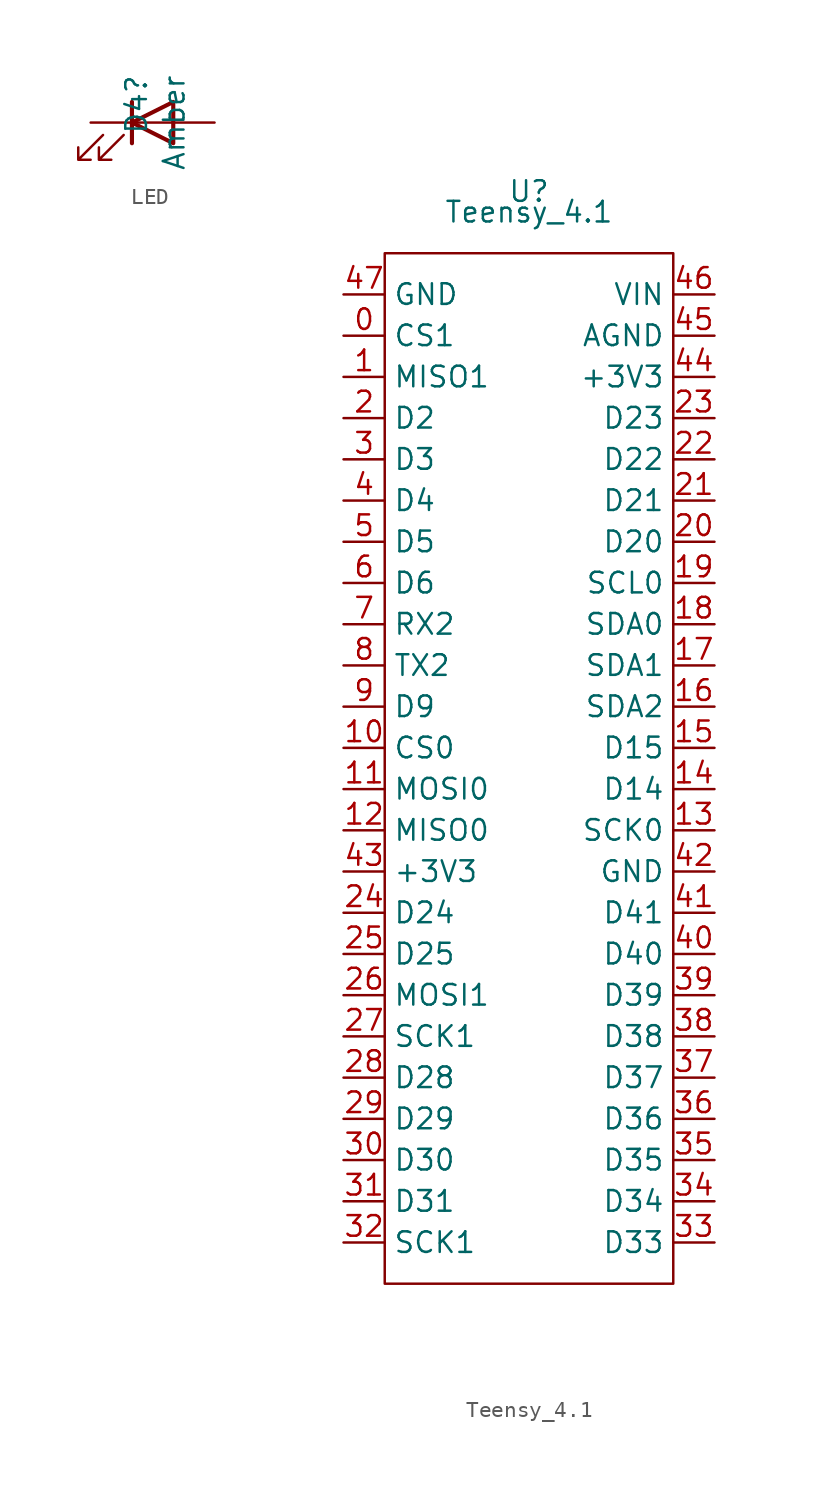
<source format=kicad_sym>
(kicad_symbol_lib
  (version 20211014)
  (generator kicad_symbol_editor)
  (symbol "LED"
    (pin_numbers hide)
    (pin_names
      (offset 1.016) hide)
    (property "Reference" "D4"
      (at -0.991 2.997 90)
      (effects (font (size 1.27 1.27)) (justify right)))
    (property "Value" "Amber"
      (at 1.321 2.997 90)
      (effects (font (size 1.27 1.27)) (justify right)))
    (symbol "LED_0_1"
      (polyline (pts (xy -1.27 -1.27) (xy -1.27 1.27)) (stroke (width 0.254) (type default) (color 0 0 0 0)) (fill (type none)))
      (polyline (pts (xy -1.27 0) (xy 1.27 0)) (stroke (width 0) (type default) (color 0 0 0 0)) (fill (type none)))
      (polyline (pts (xy 1.27 -1.27) (xy 1.27 1.27) (xy -1.27 0) (xy 1.27 -1.27)) (stroke (width 0.254) (type default) (color 0 0 0 0)) (fill (type none)))
      (polyline (pts (xy -3.048 -0.762) (xy -4.572 -2.286) (xy -3.81 -2.286) (xy -4.572 -2.286) (xy -4.572 -1.524)) (stroke (width 0) (type default) (color 0 0 0 0)) (fill (type none)))
      (polyline (pts (xy -1.778 -0.762) (xy -3.302 -2.286) (xy -2.54 -2.286) (xy -3.302 -2.286) (xy -3.302 -1.524)) (stroke (width 0) (type default) (color 0 0 0 0)) (fill (type none))))
    (symbol "LED_1_1"
      (pin passive line (at 3.81 0 180) (length 2.54) (name "A" (effects (font (size 1.27 1.27)))) (number "1" (effects (font (size 1.27 1.27)))))
      (pin passive line (at -3.81 0 0) (length 2.54) (name "K" (effects (font (size 1.27 1.27)))) (number "6" (effects (font (size 1.27 1.27)))))))
  (symbol "Teensy_4.1"
    (property "Reference" "U"
      (at 0 0 0)
      (effects (font (size 1.27 1.27))))
    (property "Value" "Teensy_4.1"
      (at 0 -1.27 0)
      (effects (font (size 1.27 1.27))))
    (symbol "Teensy_4.1_0_1"
      (rectangle (start -8.89 -3.81) (end 8.89 -67.31) (stroke (width 0) (type default) (color 0 0 0 0)) (fill (type none))))
    (symbol "Teensy_4.1_1_1"
      (pin bidirectional line (at -11.43 -8.89 0) (length 2.54) (name "CS1" (effects (font (size 1.27 1.27)))) (number "0" (effects (font (size 1.27 1.27)))))
      (pin bidirectional line (at -11.43 -11.43 0) (length 2.54) (name "MISO1" (effects (font (size 1.27 1.27)))) (number "1" (effects (font (size 1.27 1.27)))))
      (pin bidirectional line (at -11.43 -34.29 0) (length 2.54) (name "CS0" (effects (font (size 1.27 1.27)))) (number "10" (effects (font (size 1.27 1.27)))))
      (pin bidirectional line (at -11.43 -36.83 0) (length 2.54) (name "MOSI0" (effects (font (size 1.27 1.27)))) (number "11" (effects (font (size 1.27 1.27)))))
      (pin bidirectional line (at -11.43 -39.37 0) (length 2.54) (name "MISO0" (effects (font (size 1.27 1.27)))) (number "12" (effects (font (size 1.27 1.27)))))
      (pin bidirectional line (at 11.43 -39.37 180) (length 2.54) (name "SCK0" (effects (font (size 1.27 1.27)))) (number "13" (effects (font (size 1.27 1.27)))))
      (pin bidirectional line (at 11.43 -36.83 180) (length 2.54) (name "D14" (effects (font (size 1.27 1.27)))) (number "14" (effects (font (size 1.27 1.27)))))
      (pin bidirectional line (at 11.43 -34.29 180) (length 2.54) (name "D15" (effects (font (size 1.27 1.27)))) (number "15" (effects (font (size 1.27 1.27)))))
      (pin bidirectional line (at 11.43 -31.75 180) (length 2.54) (name "SDA2" (effects (font (size 1.27 1.27)))) (number "16" (effects (font (size 1.27 1.27)))))
      (pin bidirectional line (at 11.43 -29.21 180) (length 2.54) (name "SDA1" (effects (font (size 1.27 1.27)))) (number "17" (effects (font (size 1.27 1.27)))))
      (pin bidirectional line (at 11.43 -26.67 180) (length 2.54) (name "SDA0" (effects (font (size 1.27 1.27)))) (number "18" (effects (font (size 1.27 1.27)))))
      (pin bidirectional line (at 11.43 -24.13 180) (length 2.54) (name "SCL0" (effects (font (size 1.27 1.27)))) (number "19" (effects (font (size 1.27 1.27)))))
      (pin bidirectional line (at -11.43 -13.97 0) (length 2.54) (name "D2" (effects (font (size 1.27 1.27)))) (number "2" (effects (font (size 1.27 1.27)))))
      (pin bidirectional line (at 11.43 -21.59 180) (length 2.54) (name "D20" (effects (font (size 1.27 1.27)))) (number "20" (effects (font (size 1.27 1.27)))))
      (pin bidirectional line (at 11.43 -19.05 180) (length 2.54) (name "D21" (effects (font (size 1.27 1.27)))) (number "21" (effects (font (size 1.27 1.27)))))
      (pin bidirectional line (at 11.43 -16.51 180) (length 2.54) (name "D22" (effects (font (size 1.27 1.27)))) (number "22" (effects (font (size 1.27 1.27)))))
      (pin bidirectional line (at 11.43 -13.97 180) (length 2.54) (name "D23" (effects (font (size 1.27 1.27)))) (number "23" (effects (font (size 1.27 1.27)))))
      (pin bidirectional line (at -11.43 -44.45 0) (length 2.54) (name "D24" (effects (font (size 1.27 1.27)))) (number "24" (effects (font (size 1.27 1.27)))))
      (pin bidirectional line (at -11.43 -46.99 0) (length 2.54) (name "D25" (effects (font (size 1.27 1.27)))) (number "25" (effects (font (size 1.27 1.27)))))
      (pin bidirectional line (at -11.43 -49.53 0) (length 2.54) (name "MOSI1" (effects (font (size 1.27 1.27)))) (number "26" (effects (font (size 1.27 1.27)))))
      (pin bidirectional line (at -11.43 -52.07 0) (length 2.54) (name "SCK1" (effects (font (size 1.27 1.27)))) (number "27" (effects (font (size 1.27 1.27)))))
      (pin bidirectional line (at -11.43 -54.61 0) (length 2.54) (name "D28" (effects (font (size 1.27 1.27)))) (number "28" (effects (font (size 1.27 1.27)))))
      (pin bidirectional line (at -11.43 -57.15 0) (length 2.54) (name "D29" (effects (font (size 1.27 1.27)))) (number "29" (effects (font (size 1.27 1.27)))))
      (pin bidirectional line (at -11.43 -16.51 0) (length 2.54) (name "D3" (effects (font (size 1.27 1.27)))) (number "3" (effects (font (size 1.27 1.27)))))
      (pin bidirectional line (at -11.43 -59.69 0) (length 2.54) (name "D30" (effects (font (size 1.27 1.27)))) (number "30" (effects (font (size 1.27 1.27)))))
      (pin bidirectional line (at -11.43 -62.23 0) (length 2.54) (name "D31" (effects (font (size 1.27 1.27)))) (number "31" (effects (font (size 1.27 1.27)))))
      (pin bidirectional line (at -11.43 -64.77 0) (length 2.54) (name "SCK1" (effects (font (size 1.27 1.27)))) (number "32" (effects (font (size 1.27 1.27)))))
      (pin bidirectional line (at 11.43 -64.77 180) (length 2.54) (name "D33" (effects (font (size 1.27 1.27)))) (number "33" (effects (font (size 1.27 1.27)))))
      (pin bidirectional line (at 11.43 -62.23 180) (length 2.54) (name "D34" (effects (font (size 1.27 1.27)))) (number "34" (effects (font (size 1.27 1.27)))))
      (pin bidirectional line (at 11.43 -59.69 180) (length 2.54) (name "D35" (effects (font (size 1.27 1.27)))) (number "35" (effects (font (size 1.27 1.27)))))
      (pin bidirectional line (at 11.43 -57.15 180) (length 2.54) (name "D36" (effects (font (size 1.27 1.27)))) (number "36" (effects (font (size 1.27 1.27)))))
      (pin bidirectional line (at 11.43 -54.61 180) (length 2.54) (name "D37" (effects (font (size 1.27 1.27)))) (number "37" (effects (font (size 1.27 1.27)))))
      (pin bidirectional line (at 11.43 -52.07 180) (length 2.54) (name "D38" (effects (font (size 1.27 1.27)))) (number "38" (effects (font (size 1.27 1.27)))))
      (pin bidirectional line (at 11.43 -49.53 180) (length 2.54) (name "D39" (effects (font (size 1.27 1.27)))) (number "39" (effects (font (size 1.27 1.27)))))
      (pin bidirectional line (at -11.43 -19.05 0) (length 2.54) (name "D4" (effects (font (size 1.27 1.27)))) (number "4" (effects (font (size 1.27 1.27)))))
      (pin bidirectional line (at 11.43 -46.99 180) (length 2.54) (name "D40" (effects (font (size 1.27 1.27)))) (number "40" (effects (font (size 1.27 1.27)))))
      (pin bidirectional line (at 11.43 -44.45 180) (length 2.54) (name "D41" (effects (font (size 1.27 1.27)))) (number "41" (effects (font (size 1.27 1.27)))))
      (pin passive line (at 11.43 -41.91 180) (length 2.54) (name "GND" (effects (font (size 1.27 1.27)))) (number "42" (effects (font (size 1.27 1.27)))))
      (pin passive line (at -11.43 -41.91 0) (length 2.54) (name "+3V3" (effects (font (size 1.27 1.27)))) (number "43" (effects (font (size 1.27 1.27)))))
      (pin passive line (at 11.43 -11.43 180) (length 2.54) (name "+3V3" (effects (font (size 1.27 1.27)))) (number "44" (effects (font (size 1.27 1.27)))))
      (pin passive line (at 11.43 -8.89 180) (length 2.54) (name "AGND" (effects (font (size 1.27 1.27)))) (number "45" (effects (font (size 1.27 1.27)))))
      (pin passive line (at 11.43 -6.35 180) (length 2.54) (name "VIN" (effects (font (size 1.27 1.27)))) (number "46" (effects (font (size 1.27 1.27)))))
      (pin passive line (at -11.43 -6.35 0) (length 2.54) (name "GND" (effects (font (size 1.27 1.27)))) (number "47" (effects (font (size 1.27 1.27)))))
      (pin bidirectional line (at -11.43 -21.59 0) (length 2.54) (name "D5" (effects (font (size 1.27 1.27)))) (number "5" (effects (font (size 1.27 1.27)))))
      (pin bidirectional line (at -11.43 -24.13 0) (length 2.54) (name "D6" (effects (font (size 1.27 1.27)))) (number "6" (effects (font (size 1.27 1.27)))))
      (pin bidirectional line (at -11.43 -26.67 0) (length 2.54) (name "RX2" (effects (font (size 1.27 1.27)))) (number "7" (effects (font (size 1.27 1.27)))))
      (pin bidirectional line (at -11.43 -29.21 0) (length 2.54) (name "TX2" (effects (font (size 1.27 1.27)))) (number "8" (effects (font (size 1.27 1.27)))))
      (pin bidirectional line (at -11.43 -31.75 0) (length 2.54) (name "D9" (effects (font (size 1.27 1.27)))) (number "9" (effects (font (size 1.27 1.27))))))))
</source>
